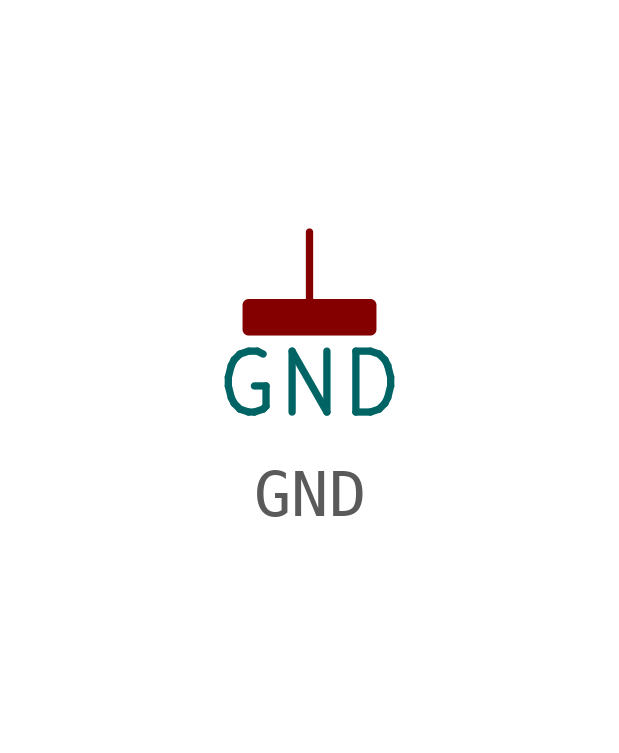
<source format=kicad_sym>
(kicad_symbol_lib
  (version 20211014)
  (generator kicad_symbol_editor)
  (symbol "GND"
    (power)
    (pin_names
      (offset 0))
    (property "Reference" "#PWR"
      (at 0 -6.35 0)
      (effects (font (size 1.27 1.27)) hide))
    (property "Value" "GND"
      (at 0 -3.175 0)
      (effects (font (size 1.27 1.27))))
    (symbol "GND_0_1"
      (rectangle (start -1.27 -1.524) (end 1.27 -2.032) (stroke (width 0.254) (type default) (color 0 0 0 0)) (fill (type outline)))
      (polyline (pts (xy 0 0) (xy 0 -1.524)) (stroke (width 0) (type default) (color 0 0 0 0)) (fill (type none))))
    (symbol "GND_1_1"
      (pin power_in line (at 0 0 270) (length 0) hide (name "GNDD" (effects (font (size 1.27 1.27)))) (number "1" (effects (font (size 1.27 1.27))))))))
</source>
